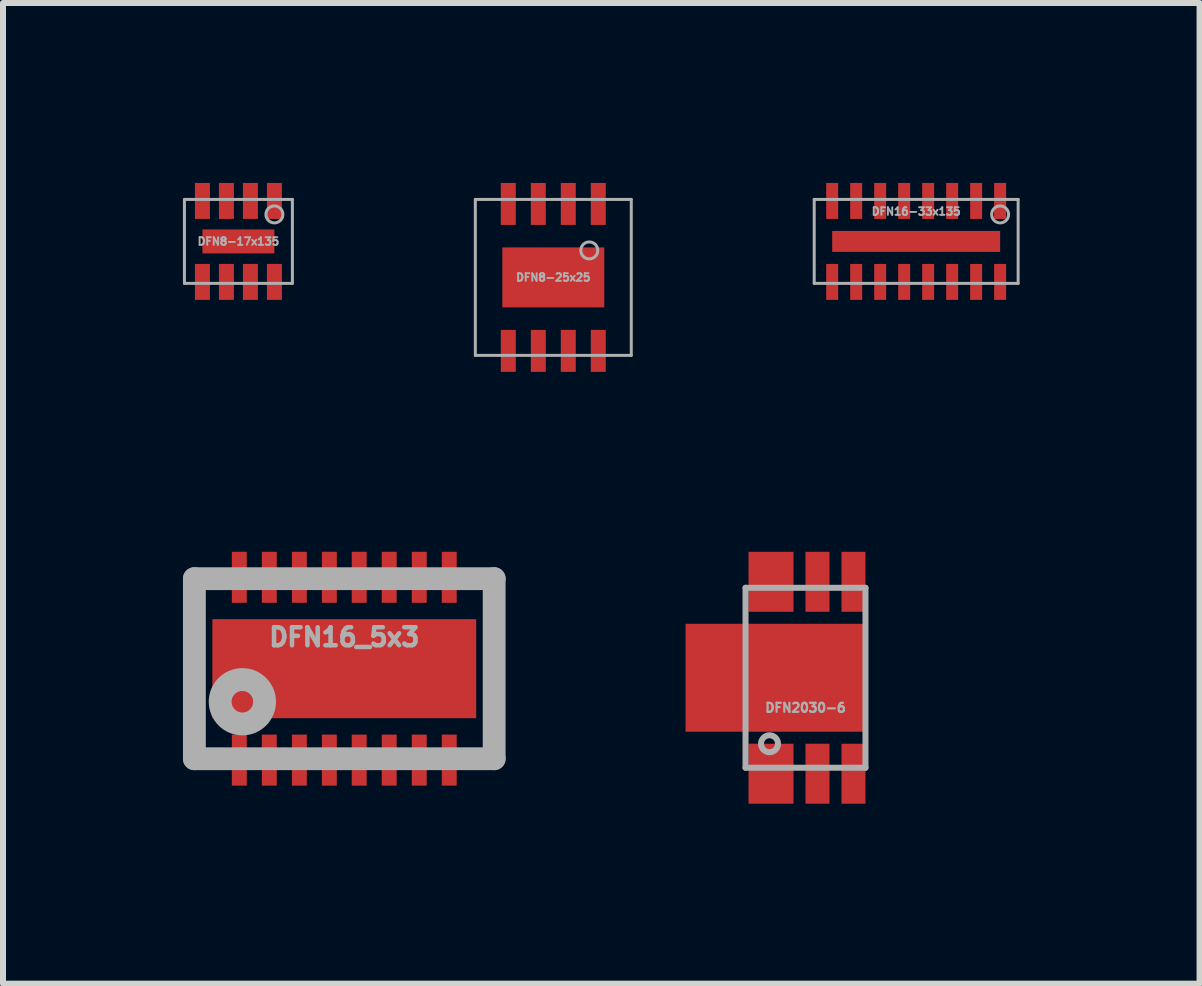
<source format=kicad_pcb>
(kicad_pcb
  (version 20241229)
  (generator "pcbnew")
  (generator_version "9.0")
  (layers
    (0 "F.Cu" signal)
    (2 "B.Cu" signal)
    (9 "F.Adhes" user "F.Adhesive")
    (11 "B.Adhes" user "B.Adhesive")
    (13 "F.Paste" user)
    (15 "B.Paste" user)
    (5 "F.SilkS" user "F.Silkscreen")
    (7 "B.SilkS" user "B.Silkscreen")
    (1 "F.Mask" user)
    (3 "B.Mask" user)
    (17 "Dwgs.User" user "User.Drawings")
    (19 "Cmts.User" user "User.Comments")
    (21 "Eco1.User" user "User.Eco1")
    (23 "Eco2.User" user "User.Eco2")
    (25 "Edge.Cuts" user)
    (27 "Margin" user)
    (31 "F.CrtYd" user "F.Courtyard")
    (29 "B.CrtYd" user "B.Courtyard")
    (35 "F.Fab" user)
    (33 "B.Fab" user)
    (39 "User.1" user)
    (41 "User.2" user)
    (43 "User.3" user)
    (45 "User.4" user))
  (footprint "DFN16-33x135"
    (layer "F.Cu")
    (at 12.225 0.975)
    (property "Reference" "DFN16-33x135" (at 0 -0.5 0) (layer "F.Fab") (effects (font (size 0.127 0.127) (thickness 0.032))))
    (attr smd)
    (fp_line (start -1.7 -0.7) (end 1.7 -0.7) (stroke (width 0.05) (type solid)) (layer "F.Fab"))
    (fp_line (start -1.7 0.7) (end -1.7 -0.7) (stroke (width 0.05) (type solid)) (layer "F.Fab"))
    (fp_line (start 1.7 -0.7) (end 1.7 0.7) (stroke (width 0.05) (type solid)) (layer "F.Fab"))
    (fp_line (start 1.7 0.7) (end -1.7 0.7) (stroke (width 0.05) (type solid)) (layer "F.Fab"))
    (fp_circle (center 1.4 -0.45) (end 1.5 -0.35) (stroke (width 0.05) (type solid)) (fill no) (layer "F.Fab"))
    (pad "1" smd rect (at 1.4 -0.675) (size 0.2 0.6) (layers "F.Cu" "F.Mask" "F.Paste"))
    (pad "2" smd rect (at 1 -0.675) (size 0.2 0.6) (layers "F.Cu" "F.Mask" "F.Paste"))
    (pad "3" smd rect (at 0.6 -0.675) (size 0.2 0.6) (layers "F.Cu" "F.Mask" "F.Paste"))
    (pad "4" smd rect (at 0.2 -0.675) (size 0.2 0.6) (layers "F.Cu" "F.Mask" "F.Paste"))
    (pad "5" smd rect (at -0.2 -0.675) (size 0.2 0.6) (layers "F.Cu" "F.Mask" "F.Paste"))
    (pad "6" smd rect (at -0.6 -0.675) (size 0.2 0.6) (layers "F.Cu" "F.Mask" "F.Paste"))
    (pad "7" smd rect (at -1 -0.675) (size 0.2 0.6) (layers "F.Cu" "F.Mask" "F.Paste"))
    (pad "8" smd rect (at -1.4 -0.675) (size 0.2 0.6) (layers "F.Cu" "F.Mask" "F.Paste"))
    (pad "9" smd rect (at -1.4 0.675) (size 0.2 0.6) (layers "F.Cu" "F.Mask" "F.Paste"))
    (pad "10" smd rect (at -1 0.675) (size 0.2 0.6) (layers "F.Cu" "F.Mask" "F.Paste"))
    (pad "11" smd rect (at -0.6 0.675) (size 0.2 0.6) (layers "F.Cu" "F.Mask" "F.Paste"))
    (pad "12" smd rect (at -0.2 0.675) (size 0.2 0.6) (layers "F.Cu" "F.Mask" "F.Paste"))
    (pad "13" smd rect (at 0.2 0.675) (size 0.2 0.6) (layers "F.Cu" "F.Mask" "F.Paste"))
    (pad "14" smd rect (at 0.6 0.675) (size 0.2 0.6) (layers "F.Cu" "F.Mask" "F.Paste"))
    (pad "15" smd rect (at 1 0.675) (size 0.2 0.6) (layers "F.Cu" "F.Mask" "F.Paste"))
    (pad "16" smd rect (at 1.4 0.675) (size 0.2 0.6) (layers "F.Cu" "F.Mask" "F.Paste"))
    (pad "EXP" smd rect (at 0 0) (size 2.8 0.35) (layers "F.Cu" "F.Mask" "F.Paste")))
  (footprint "DFN2030-6"
    (layer "F.Cu")
    (at 10.38 8.25)
    (property "Reference" "DFN2030-6" (at 0 0.5 0) (layer "F.Fab") (effects (font (size 0.15 0.15) (thickness 0.037))))
    (attr through_hole)
    (fp_line (start -1 -0.85) (end -1 0.85) (stroke (width 0.11) (type solid)) (layer "F.Mask"))
    (fp_line (start -1 -0.85) (end 1 -0.85) (stroke (width 0.1) (type solid)) (layer "F.Mask"))
    (fp_line (start -1 -0.75) (end 1 -0.75) (stroke (width 0.11) (type solid)) (layer "F.Mask"))
    (fp_line (start -1 -0.65) (end 1 -0.65) (stroke (width 0.11) (type solid)) (layer "F.Mask"))
    (fp_line (start -1 -0.45) (end 1 -0.45) (stroke (width 0.11) (type solid)) (layer "F.Mask"))
    (fp_line (start -1 -0.25) (end 1 -0.25) (stroke (width 0.11) (type solid)) (layer "F.Mask"))
    (fp_line (start -1 -0.15) (end 1 -0.15) (stroke (width 0.11) (type solid)) (layer "F.Mask"))
    (fp_line (start -1 0.05) (end 1 0.05) (stroke (width 0.11) (type solid)) (layer "F.Mask"))
    (fp_line (start -1 0.25) (end 1 0.25) (stroke (width 0.11) (type solid)) (layer "F.Mask"))
    (fp_line (start -1 0.45) (end 1 0.45) (stroke (width 0.11) (type solid)) (layer "F.Mask"))
    (fp_line (start -1 0.65) (end 1 0.65) (stroke (width 0.11) (type solid)) (layer "F.Mask"))
    (fp_line (start -1 0.85) (end -1 -0.85) (stroke (width 0.1) (type solid)) (layer "F.Mask"))
    (fp_line (start 1 -0.85) (end 1 0.85) (stroke (width 0.1) (type solid)) (layer "F.Mask"))
    (fp_line (start 1 -0.55) (end -1 -0.55) (stroke (width 0.11) (type solid)) (layer "F.Mask"))
    (fp_line (start 1 -0.35) (end -1 -0.35) (stroke (width 0.11) (type solid)) (layer "F.Mask"))
    (fp_line (start 1 -0.05) (end -1 -0.05) (stroke (width 0.11) (type solid)) (layer "F.Mask"))
    (fp_line (start 1 0.15) (end -1 0.15) (stroke (width 0.11) (type solid)) (layer "F.Mask"))
    (fp_line (start 1 0.35) (end -1 0.35) (stroke (width 0.11) (type solid)) (layer "F.Mask"))
    (fp_line (start 1 0.55) (end -1 0.55) (stroke (width 0.11) (type solid)) (layer "F.Mask"))
    (fp_line (start 1 0.75) (end -1 0.75) (stroke (width 0.11) (type solid)) (layer "F.Mask"))
    (fp_line (start 1 0.85) (end -1 0.85) (stroke (width 0.1) (type solid)) (layer "F.Mask"))
    (fp_line (start 1 0.85) (end 1 -0.85) (stroke (width 0.11) (type solid)) (layer "F.Mask"))
    (fp_line (start -1 -1.5) (end 1 -1.5) (stroke (width 0.1) (type solid)) (layer "F.Fab"))
    (fp_line (start -1 1.5) (end -1 -1.5) (stroke (width 0.1) (type solid)) (layer "F.Fab"))
    (fp_line (start 1 -1.5) (end 1 1.5) (stroke (width 0.1) (type solid)) (layer "F.Fab"))
    (fp_line (start 1 1.5) (end -1 1.5) (stroke (width 0.1) (type solid)) (layer "F.Fab"))
    (fp_circle (center -0.6 1.1) (end -0.5 1.2) (stroke (width 0.1) (type solid)) (fill no) (layer "F.Fab"))
    (pad "1" smd rect (at -0.575 1.6) (size 0.75 1) (layers "F.Cu" "F.Mask" "F.Paste"))
    (pad "2" smd rect (at 0.2 1.6) (size 0.4 1) (layers "F.Cu" "F.Mask" "F.Paste"))
    (pad "3" smd rect (at 0.8 1.6) (size 0.4 1) (layers "F.Cu" "F.Mask" "F.Paste"))
    (pad "4" smd rect (at 0.8 -1.6) (size 0.4 1) (layers "F.Cu" "F.Mask" "F.Paste"))
    (pad "5" smd rect (at 0.2 -1.6) (size 0.4 1) (layers "F.Cu" "F.Mask" "F.Paste"))
    (pad "6" smd rect (at -0.575 -1.6) (size 0.75 1) (layers "F.Cu" "F.Mask" "F.Paste"))
    (pad "EP" smd rect (at -0.5 0) (size 3 1.8) (layers "F.Cu" "F.Paste")))
  (footprint "DFN8-17x135"
    (layer "F.Cu")
    (at 0.925 0.975)
    (property "Reference" "DFN8-17x135" (at 0 0 0) (layer "F.Fab") (effects (font (size 0.127 0.127) (thickness 0.032))))
    (attr smd)
    (fp_line (start -0.9 -0.7) (end 0.9 -0.7) (stroke (width 0.05) (type solid)) (layer "F.Fab"))
    (fp_line (start -0.9 0.7) (end -0.9 -0.7) (stroke (width 0.05) (type solid)) (layer "F.Fab"))
    (fp_line (start -0.9 0.7) (end 0.9 0.7) (stroke (width 0.05) (type solid)) (layer "F.Fab"))
    (fp_line (start 0.9 -0.7) (end 0.9 0.7) (stroke (width 0.05) (type solid)) (layer "F.Fab"))
    (fp_circle (center 0.6 -0.45) (end 0.7 -0.35) (stroke (width 0.05) (type solid)) (fill no) (layer "F.Fab"))
    (pad "1" smd rect (at 0.6 -0.675) (size 0.25 0.6) (layers "F.Cu" "F.Mask" "F.Paste"))
    (pad "2" smd rect (at 0.2 -0.675) (size 0.25 0.6) (layers "F.Cu" "F.Mask" "F.Paste"))
    (pad "3" smd rect (at -0.2 -0.675) (size 0.25 0.6) (layers "F.Cu" "F.Mask" "F.Paste"))
    (pad "4" smd rect (at -0.6 -0.675) (size 0.25 0.6) (layers "F.Cu" "F.Mask" "F.Paste"))
    (pad "5" smd rect (at -0.6 0.675) (size 0.25 0.6) (layers "F.Cu" "F.Mask" "F.Paste"))
    (pad "6" smd rect (at -0.2 0.675) (size 0.25 0.6) (layers "F.Cu" "F.Mask" "F.Paste"))
    (pad "7" smd rect (at 0.2 0.675) (size 0.25 0.6) (layers "F.Cu" "F.Mask" "F.Paste"))
    (pad "8" smd rect (at 0.6 0.675) (size 0.25 0.6) (layers "F.Cu" "F.Mask" "F.Paste"))
    (pad "EXP" smd rect (at 0 0) (size 1.2 0.4) (layers "F.Cu" "F.Mask" "F.Paste")))
  (footprint "DFN16_5x3"
    (layer "F.Cu")
    (at 2.69 8.099)
    (property "Reference" "DFN16_5x3" (at 0 -0.526 0) (layer "F.Fab") (effects (font (size 0.3 0.3) (thickness 0.075))))
    (attr through_hole)
    (fp_line (start -2.499 -1.501) (end 2.499 -1.501) (stroke (width 0.381) (type solid)) (layer "F.Fab"))
    (fp_line (start -2.499 1.501) (end -2.499 -1.501) (stroke (width 0.381) (type solid)) (layer "F.Fab"))
    (fp_line (start 2.499 -1.501) (end 2.499 1.501) (stroke (width 0.381) (type solid)) (layer "F.Fab"))
    (fp_line (start 2.499 1.501) (end -2.499 1.501) (stroke (width 0.381) (type solid)) (layer "F.Fab"))
    (fp_circle (center -1.699 0.551) (end -1.6 0.701) (stroke (width 0.381) (type solid)) (fill no) (layer "F.Fab"))
    (pad "1" smd rect (at -1.75 1.524) (size 0.249 0.851) (layers "F.Cu" "F.Mask" "F.Paste"))
    (pad "2" smd rect (at -1.25 1.524) (size 0.249 0.851) (layers "F.Cu" "F.Mask" "F.Paste"))
    (pad "3" smd rect (at -0.749 1.524) (size 0.249 0.851) (layers "F.Cu" "F.Mask" "F.Paste"))
    (pad "4" smd rect (at -0.249 1.524) (size 0.249 0.851) (layers "F.Cu" "F.Mask" "F.Paste"))
    (pad "5" smd rect (at 0.249 1.524) (size 0.249 0.851) (layers "F.Cu" "F.Mask" "F.Paste"))
    (pad "6" smd rect (at 0.749 1.524) (size 0.249 0.851) (layers "F.Cu" "F.Mask" "F.Paste"))
    (pad "7" smd rect (at 1.25 1.524) (size 0.249 0.851) (layers "F.Cu" "F.Mask" "F.Paste"))
    (pad "8" smd rect (at 1.75 1.524) (size 0.249 0.851) (layers "F.Cu" "F.Mask" "F.Paste"))
    (pad "9" smd rect (at 1.75 -1.524) (size 0.249 0.851) (layers "F.Cu" "F.Mask" "F.Paste"))
    (pad "10" smd rect (at 1.25 -1.524) (size 0.249 0.851) (layers "F.Cu" "F.Mask" "F.Paste"))
    (pad "11" smd rect (at 0.749 -1.524) (size 0.249 0.851) (layers "F.Cu" "F.Mask" "F.Paste"))
    (pad "12" smd rect (at 0.249 -1.524) (size 0.249 0.851) (layers "F.Cu" "F.Mask" "F.Paste"))
    (pad "13" smd rect (at -0.249 -1.524) (size 0.249 0.851) (layers "F.Cu" "F.Mask" "F.Paste"))
    (pad "14" smd rect (at -0.749 -1.524) (size 0.249 0.851) (layers "F.Cu" "F.Mask" "F.Paste"))
    (pad "15" smd rect (at -1.25 -1.524) (size 0.249 0.851) (layers "F.Cu" "F.Mask" "F.Paste"))
    (pad "16" smd rect (at -1.75 -1.524) (size 0.249 0.851) (layers "F.Cu" "F.Mask" "F.Paste"))
    (pad "EP" smd rect (at 0 0) (size 4.399 1.651) (layers "F.Cu" "F.Mask" "F.Paste")))
  (footprint "DFN8-25x25"
    (layer "F.Cu")
    (at 6.175 1.575)
    (property "Reference" "DFN8-25x25" (at 0 0 0) (layer "F.Fab") (effects (font (size 0.127 0.127) (thickness 0.032))))
    (attr smd)
    (fp_line (start -1.3 -1.3) (end 1.3 -1.3) (stroke (width 0.05) (type solid)) (layer "F.Fab"))
    (fp_line (start -1.3 1.3) (end -1.3 -1.3) (stroke (width 0.05) (type solid)) (layer "F.Fab"))
    (fp_line (start 1.3 -1.3) (end 1.3 1.3) (stroke (width 0.05) (type solid)) (layer "F.Fab"))
    (fp_line (start 1.3 1.3) (end -1.3 1.3) (stroke (width 0.05) (type solid)) (layer "F.Fab"))
    (fp_circle (center 0.6 -0.45) (end 0.7 -0.35) (stroke (width 0.05) (type solid)) (fill no) (layer "F.Fab"))
    (pad "1" smd rect (at 0.75 -1.225) (size 0.25 0.7) (layers "F.Cu" "F.Mask" "F.Paste"))
    (pad "2" smd rect (at 0.25 -1.225) (size 0.25 0.7) (layers "F.Cu" "F.Mask" "F.Paste"))
    (pad "3" smd rect (at -0.25 -1.225) (size 0.25 0.7) (layers "F.Cu" "F.Mask" "F.Paste"))
    (pad "4" smd rect (at -0.75 -1.225) (size 0.25 0.7) (layers "F.Cu" "F.Mask" "F.Paste"))
    (pad "5" smd rect (at -0.75 1.225) (size 0.25 0.7) (layers "F.Cu" "F.Mask" "F.Paste"))
    (pad "6" smd rect (at -0.25 1.225) (size 0.25 0.7) (layers "F.Cu" "F.Mask" "F.Paste"))
    (pad "7" smd rect (at 0.25 1.225) (size 0.25 0.7) (layers "F.Cu" "F.Mask" "F.Paste"))
    (pad "8" smd rect (at 0.75 1.225) (size 0.25 0.7) (layers "F.Cu" "F.Mask" "F.Paste"))
    (pad "EXP" smd rect (at 0 0) (size 1.7 1) (layers "F.Cu" "F.Mask" "F.Paste")))
  (gr_rect
    (start -3 -3)
    (end 16.95 13.35)
    (stroke (width 0.1) (type default))
    (fill no)
    (layer "Edge.Cuts")))
</source>
